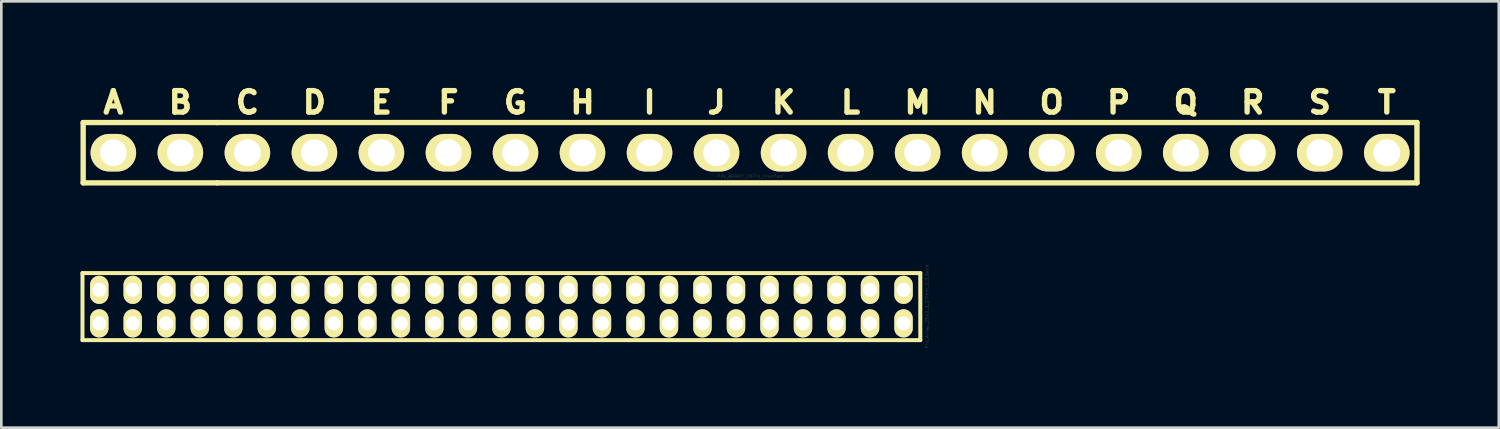
<source format=kicad_pcb>
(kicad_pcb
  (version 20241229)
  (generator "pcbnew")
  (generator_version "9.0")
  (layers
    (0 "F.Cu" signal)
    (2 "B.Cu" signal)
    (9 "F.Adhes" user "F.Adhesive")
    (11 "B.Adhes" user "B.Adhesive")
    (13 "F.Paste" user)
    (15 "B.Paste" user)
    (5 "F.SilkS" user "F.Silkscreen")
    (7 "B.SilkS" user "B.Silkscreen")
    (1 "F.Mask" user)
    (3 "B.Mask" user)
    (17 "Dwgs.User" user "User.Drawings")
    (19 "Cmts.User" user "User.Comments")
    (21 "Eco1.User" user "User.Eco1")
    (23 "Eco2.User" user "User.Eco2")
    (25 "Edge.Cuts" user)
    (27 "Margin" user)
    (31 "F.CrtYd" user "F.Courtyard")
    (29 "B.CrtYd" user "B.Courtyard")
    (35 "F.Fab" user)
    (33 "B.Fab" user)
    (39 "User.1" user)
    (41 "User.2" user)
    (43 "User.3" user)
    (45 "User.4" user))
  (footprint "Pin_Array_25x2_1.27mm_0.5_inch"
    (layer "F.Cu")
    (at 15.951 8.569)
    (property "Reference" "Pin_Array_25x2_1.27mm_0.5_inch" (at 16.129 0 90) (layer "F.SilkS") (effects (font (size 0.127 0.127) (thickness 0.003))))
    (attr through_hole)
    (fp_line (start -15.875 -1.27) (end 15.875 -1.27) (stroke (width 0.152) (type solid)) (layer "F.SilkS"))
    (fp_line (start -15.875 1.27) (end -15.875 -1.27) (stroke (width 0.152) (type solid)) (layer "F.SilkS"))
    (fp_line (start 15.875 -1.27) (end 15.875 1.27) (stroke (width 0.152) (type solid)) (layer "F.SilkS"))
    (fp_line (start 15.875 1.27) (end -15.875 1.27) (stroke (width 0.152) (type solid)) (layer "F.SilkS"))
    (pad "1" thru_hole oval (at 15.24 -0.635) (size 0.699 1.067) (drill 0.533) (layers "*.Cu" "*.Mask" "F.SilkS"))
    (pad "2" thru_hole oval (at 15.24 0.635) (size 0.699 1.067) (drill 0.533) (layers "*.Cu" "*.Mask" "F.SilkS"))
    (pad "3" thru_hole oval (at 13.97 -0.635) (size 0.699 1.067) (drill 0.533) (layers "*.Cu" "*.Mask" "F.SilkS"))
    (pad "4" thru_hole oval (at 13.97 0.635) (size 0.699 1.067) (drill 0.533) (layers "*.Cu" "*.Mask" "F.SilkS"))
    (pad "5" thru_hole oval (at 12.7 -0.635) (size 0.699 1.067) (drill 0.533) (layers "*.Cu" "*.Mask" "F.SilkS"))
    (pad "6" thru_hole oval (at 12.7 0.635) (size 0.699 1.067) (drill 0.533) (layers "*.Cu" "*.Mask" "F.SilkS"))
    (pad "7" thru_hole oval (at 11.43 -0.635) (size 0.699 1.067) (drill 0.533) (layers "*.Cu" "*.Mask" "F.SilkS"))
    (pad "8" thru_hole oval (at 11.43 0.635) (size 0.699 1.067) (drill 0.533) (layers "*.Cu" "*.Mask" "F.SilkS"))
    (pad "9" thru_hole oval (at 10.16 -0.635) (size 0.699 1.067) (drill 0.533) (layers "*.Cu" "*.Mask" "F.SilkS"))
    (pad "10" thru_hole oval (at 10.16 0.635) (size 0.699 1.067) (drill 0.533) (layers "*.Cu" "*.Mask" "F.SilkS"))
    (pad "11" thru_hole oval (at 8.89 -0.635) (size 0.699 1.067) (drill 0.533) (layers "*.Cu" "*.Mask" "F.SilkS"))
    (pad "12" thru_hole oval (at 8.89 0.635) (size 0.699 1.067) (drill 0.533) (layers "*.Cu" "*.Mask" "F.SilkS"))
    (pad "13" thru_hole oval (at 7.62 -0.635) (size 0.699 1.067) (drill 0.533) (layers "*.Cu" "*.Mask" "F.SilkS"))
    (pad "14" thru_hole oval (at 7.62 0.635) (size 0.699 1.067) (drill 0.533) (layers "*.Cu" "*.Mask" "F.SilkS"))
    (pad "15" thru_hole oval (at 6.35 -0.635) (size 0.699 1.067) (drill 0.533) (layers "*.Cu" "*.Mask" "F.SilkS"))
    (pad "16" thru_hole oval (at 6.35 0.635) (size 0.699 1.067) (drill 0.533) (layers "*.Cu" "*.Mask" "F.SilkS"))
    (pad "17" thru_hole oval (at 5.08 -0.635) (size 0.699 1.067) (drill 0.533) (layers "*.Cu" "*.Mask" "F.SilkS"))
    (pad "18" thru_hole oval (at 5.08 0.635) (size 0.699 1.067) (drill 0.533) (layers "*.Cu" "*.Mask" "F.SilkS"))
    (pad "19" thru_hole oval (at 3.81 -0.635) (size 0.699 1.067) (drill 0.533) (layers "*.Cu" "*.Mask" "F.SilkS"))
    (pad "20" thru_hole oval (at 3.81 0.635) (size 0.699 1.067) (drill 0.533) (layers "*.Cu" "*.Mask" "F.SilkS"))
    (pad "21" thru_hole oval (at 2.54 -0.635) (size 0.699 1.067) (drill 0.533) (layers "*.Cu" "*.Mask" "F.SilkS"))
    (pad "22" thru_hole oval (at 2.54 0.635) (size 0.699 1.067) (drill 0.533) (layers "*.Cu" "*.Mask" "F.SilkS"))
    (pad "23" thru_hole oval (at 1.27 -0.635) (size 0.699 1.067) (drill 0.533) (layers "*.Cu" "*.Mask" "F.SilkS"))
    (pad "24" thru_hole oval (at 1.27 0.635) (size 0.699 1.067) (drill 0.533) (layers "*.Cu" "*.Mask" "F.SilkS"))
    (pad "25" thru_hole oval (at 0 -0.635) (size 0.699 1.067) (drill 0.533) (layers "*.Cu" "*.Mask" "F.SilkS"))
    (pad "26" thru_hole oval (at 0 0.635) (size 0.699 1.067) (drill 0.533) (layers "*.Cu" "*.Mask" "F.SilkS"))
    (pad "27" thru_hole oval (at -1.27 -0.635) (size 0.699 1.067) (drill 0.533) (layers "*.Cu" "*.Mask" "F.SilkS"))
    (pad "28" thru_hole oval (at -1.27 0.635) (size 0.699 1.067) (drill 0.533) (layers "*.Cu" "*.Mask" "F.SilkS"))
    (pad "29" thru_hole oval (at -2.54 -0.635) (size 0.699 1.067) (drill 0.533) (layers "*.Cu" "*.Mask" "F.SilkS"))
    (pad "30" thru_hole oval (at -2.54 0.635) (size 0.699 1.067) (drill 0.533) (layers "*.Cu" "*.Mask" "F.SilkS"))
    (pad "31" thru_hole oval (at -3.81 -0.635) (size 0.699 1.067) (drill 0.533) (layers "*.Cu" "*.Mask" "F.SilkS"))
    (pad "32" thru_hole oval (at -3.81 0.635) (size 0.699 1.067) (drill 0.533) (layers "*.Cu" "*.Mask" "F.SilkS"))
    (pad "33" thru_hole oval (at -5.08 -0.635) (size 0.699 1.067) (drill 0.533) (layers "*.Cu" "*.Mask" "F.SilkS"))
    (pad "34" thru_hole oval (at -5.08 0.635) (size 0.699 1.067) (drill 0.533) (layers "*.Cu" "*.Mask" "F.SilkS"))
    (pad "35" thru_hole oval (at -6.35 -0.635) (size 0.699 1.067) (drill 0.533) (layers "*.Cu" "*.Mask" "F.SilkS"))
    (pad "36" thru_hole oval (at -6.35 0.635) (size 0.699 1.067) (drill 0.533) (layers "*.Cu" "*.Mask" "F.SilkS"))
    (pad "37" thru_hole oval (at -7.62 -0.635) (size 0.699 1.067) (drill 0.533) (layers "*.Cu" "*.Mask" "F.SilkS"))
    (pad "38" thru_hole oval (at -7.62 0.635) (size 0.699 1.067) (drill 0.533) (layers "*.Cu" "*.Mask" "F.SilkS"))
    (pad "39" thru_hole oval (at -8.89 -0.635) (size 0.699 1.067) (drill 0.533) (layers "*.Cu" "*.Mask" "F.SilkS"))
    (pad "40" thru_hole oval (at -8.89 0.635) (size 0.699 1.067) (drill 0.533) (layers "*.Cu" "*.Mask" "F.SilkS"))
    (pad "41" thru_hole oval (at -10.16 -0.635) (size 0.699 1.067) (drill 0.533) (layers "*.Cu" "*.Mask" "F.SilkS"))
    (pad "42" thru_hole oval (at -10.16 0.635) (size 0.699 1.067) (drill 0.533) (layers "*.Cu" "*.Mask" "F.SilkS"))
    (pad "43" thru_hole oval (at -11.43 -0.635) (size 0.699 1.067) (drill 0.533) (layers "*.Cu" "*.Mask" "F.SilkS"))
    (pad "44" thru_hole oval (at -11.43 0.635) (size 0.699 1.067) (drill 0.533) (layers "*.Cu" "*.Mask" "F.SilkS"))
    (pad "45" thru_hole oval (at -12.7 -0.635) (size 0.699 1.067) (drill 0.533) (layers "*.Cu" "*.Mask" "F.SilkS"))
    (pad "46" thru_hole oval (at -12.7 0.635) (size 0.699 1.067) (drill 0.533) (layers "*.Cu" "*.Mask" "F.SilkS"))
    (pad "47" thru_hole oval (at -13.97 -0.635) (size 0.699 1.067) (drill 0.533) (layers "*.Cu" "*.Mask" "F.SilkS"))
    (pad "48" thru_hole oval (at -13.97 0.635) (size 0.699 1.067) (drill 0.533) (layers "*.Cu" "*.Mask" "F.SilkS"))
    (pad "49" thru_hole oval (at -15.24 -0.635) (size 0.699 1.067) (drill 0.533) (layers "*.Cu" "*.Mask" "F.SilkS"))
    (pad "50" thru_hole oval (at -15.24 0.635) (size 0.699 1.067) (drill 0.533) (layers "*.Cu" "*.Mask" "F.SilkS")))
  (footprint "PIN_ARRAY_20Pin_Inverted"
    (layer "F.Cu")
    (at 25.375 2.737)
    (property "Reference" "PIN_ARRAY_20Pin_Inverted" (at 0 0.889 0) (layer "F.SilkS") (effects (font (size 0.127 0.127) (thickness 0.003))))
    (attr through_hole)
    (fp_line (start -25.273 -1.143) (end -25.273 1.143) (stroke (width 0.203) (type solid)) (layer "F.SilkS"))
    (fp_line (start -25.273 1.143) (end -20.193 1.143) (stroke (width 0.203) (type solid)) (layer "F.SilkS"))
    (fp_line (start -20.193 -1.143) (end -25.273 -1.143) (stroke (width 0.203) (type solid)) (layer "F.SilkS"))
    (fp_line (start -20.193 -1.143) (end 25.273 -1.143) (stroke (width 0.203) (type solid)) (layer "F.SilkS"))
    (fp_line (start 25.273 -1.143) (end 25.273 1.143) (stroke (width 0.203) (type solid)) (layer "F.SilkS"))
    (fp_line (start 25.273 1.143) (end -20.193 1.143) (stroke (width 0.203) (type solid)) (layer "F.SilkS"))
    (fp_text user "D" (at -16.51 -1.905 0) (layer "F.SilkS") (effects (font (size 0.813 0.813) (thickness 0.203))))
    (fp_text user "F" (at -11.43 -1.905 0) (layer "F.SilkS") (effects (font (size 0.813 0.813) (thickness 0.203))))
    (fp_text user "I" (at -3.81 -1.905 0) (layer "F.SilkS") (effects (font (size 0.813 0.813) (thickness 0.203))))
    (fp_text user "O" (at 11.43 -1.905 0) (layer "F.SilkS") (effects (font (size 0.813 0.813) (thickness 0.203))))
    (fp_text user "K" (at 1.27 -1.905 0) (layer "F.SilkS") (effects (font (size 0.813 0.813) (thickness 0.203))))
    (fp_text user "H" (at -6.35 -1.905 0) (layer "F.SilkS") (effects (font (size 0.813 0.813) (thickness 0.203))))
    (fp_text user "S" (at 21.59 -1.905 0) (layer "F.SilkS") (effects (font (size 0.813 0.813) (thickness 0.203))))
    (fp_text user "G" (at -8.89 -1.905 0) (layer "F.SilkS") (effects (font (size 0.813 0.813) (thickness 0.203))))
    (fp_text user "M" (at 6.35 -1.905 0) (layer "F.SilkS") (effects (font (size 0.813 0.813) (thickness 0.203))))
    (fp_text user "N" (at 8.89 -1.905 0) (layer "F.SilkS") (effects (font (size 0.813 0.813) (thickness 0.203))))
    (fp_text user "T" (at 24.13 -1.905 0) (layer "F.SilkS") (effects (font (size 0.813 0.813) (thickness 0.203))))
    (fp_text user "B" (at -21.59 -1.905 0) (layer "F.SilkS") (effects (font (size 0.813 0.813) (thickness 0.203))))
    (fp_text user "P" (at 13.97 -1.905 0) (layer "F.SilkS") (effects (font (size 0.813 0.813) (thickness 0.203))))
    (fp_text user "L" (at 3.81 -1.905 0) (layer "F.SilkS") (effects (font (size 0.813 0.813) (thickness 0.203))))
    (fp_text user "C" (at -19.05 -1.905 0) (layer "F.SilkS") (effects (font (size 0.813 0.813) (thickness 0.203))))
    (fp_text user "A" (at -24.13 -1.905 0) (layer "F.SilkS") (effects (font (size 0.813 0.813) (thickness 0.203))))
    (fp_text user "E" (at -13.97 -1.905 0) (layer "F.SilkS") (effects (font (size 0.813 0.813) (thickness 0.203))))
    (fp_text user "Q" (at 16.51 -1.905 0) (layer "F.SilkS") (effects (font (size 0.813 0.813) (thickness 0.203))))
    (fp_text user "J" (at -1.27 -1.905 0) (layer "F.SilkS") (effects (font (size 0.813 0.813) (thickness 0.203))))
    (fp_text user "R" (at 19.05 -1.905 0) (layer "F.SilkS") (effects (font (size 0.813 0.813) (thickness 0.203))))
    (pad "1" thru_hole oval (at -24.13 0) (size 1.727 1.422) (drill 1.016) (layers "*.Cu" "*.Mask" "F.SilkS"))
    (pad "2" thru_hole oval (at -21.59 0) (size 1.727 1.422) (drill 1.016) (layers "*.Cu" "*.Mask" "F.SilkS"))
    (pad "3" thru_hole oval (at -19.05 0) (size 1.727 1.422) (drill 1.016) (layers "*.Cu" "*.Mask" "F.SilkS"))
    (pad "4" thru_hole oval (at -16.51 0) (size 1.727 1.422) (drill 1.016) (layers "*.Cu" "*.Mask" "F.SilkS"))
    (pad "5" thru_hole oval (at -13.97 0) (size 1.727 1.422) (drill 1.016) (layers "*.Cu" "*.Mask" "F.SilkS"))
    (pad "6" thru_hole oval (at -11.43 0) (size 1.727 1.422) (drill 1.016) (layers "*.Cu" "*.Mask" "F.SilkS"))
    (pad "7" thru_hole oval (at -8.89 0) (size 1.727 1.422) (drill 1.016) (layers "*.Cu" "*.Mask" "F.SilkS"))
    (pad "8" thru_hole oval (at -6.35 0) (size 1.727 1.422) (drill 1.016) (layers "*.Cu" "*.Mask" "F.SilkS"))
    (pad "9" thru_hole oval (at -3.81 0) (size 1.727 1.422) (drill 1.016) (layers "*.Cu" "*.Mask" "F.SilkS"))
    (pad "10" thru_hole oval (at -1.27 0) (size 1.727 1.422) (drill 1.016) (layers "*.Cu" "*.Mask" "F.SilkS"))
    (pad "11" thru_hole oval (at 1.27 0) (size 1.727 1.422) (drill 1.016) (layers "*.Cu" "*.Mask" "F.SilkS"))
    (pad "12" thru_hole oval (at 3.81 0) (size 1.727 1.422) (drill 1.016) (layers "*.Cu" "*.Mask" "F.SilkS"))
    (pad "13" thru_hole oval (at 6.35 0) (size 1.727 1.422) (drill 1.016) (layers "*.Cu" "*.Mask" "F.SilkS"))
    (pad "14" thru_hole oval (at 8.89 0) (size 1.727 1.422) (drill 1.016) (layers "*.Cu" "*.Mask" "F.SilkS"))
    (pad "15" thru_hole oval (at 11.43 0) (size 1.727 1.422) (drill 1.016) (layers "*.Cu" "*.Mask" "F.SilkS"))
    (pad "16" thru_hole oval (at 13.97 0) (size 1.727 1.422) (drill 1.016) (layers "*.Cu" "*.Mask" "F.SilkS"))
    (pad "17" thru_hole oval (at 16.51 0) (size 1.727 1.422) (drill 1.016) (layers "*.Cu" "*.Mask" "F.SilkS"))
    (pad "18" thru_hole oval (at 19.05 0) (size 1.727 1.422) (drill 1.016) (layers "*.Cu" "*.Mask" "F.SilkS"))
    (pad "19" thru_hole oval (at 21.59 0) (size 1.727 1.422) (drill 1.016) (layers "*.Cu" "*.Mask" "F.SilkS"))
    (pad "20" thru_hole oval (at 24.13 0) (size 1.727 1.422) (drill 1.016) (layers "*.Cu" "*.Mask" "F.SilkS")))
  (gr_rect
    (start -3 -3)
    (end 53.749 13.157)
    (stroke (width 0.1) (type default))
    (fill no)
    (layer "Edge.Cuts")))
</source>
